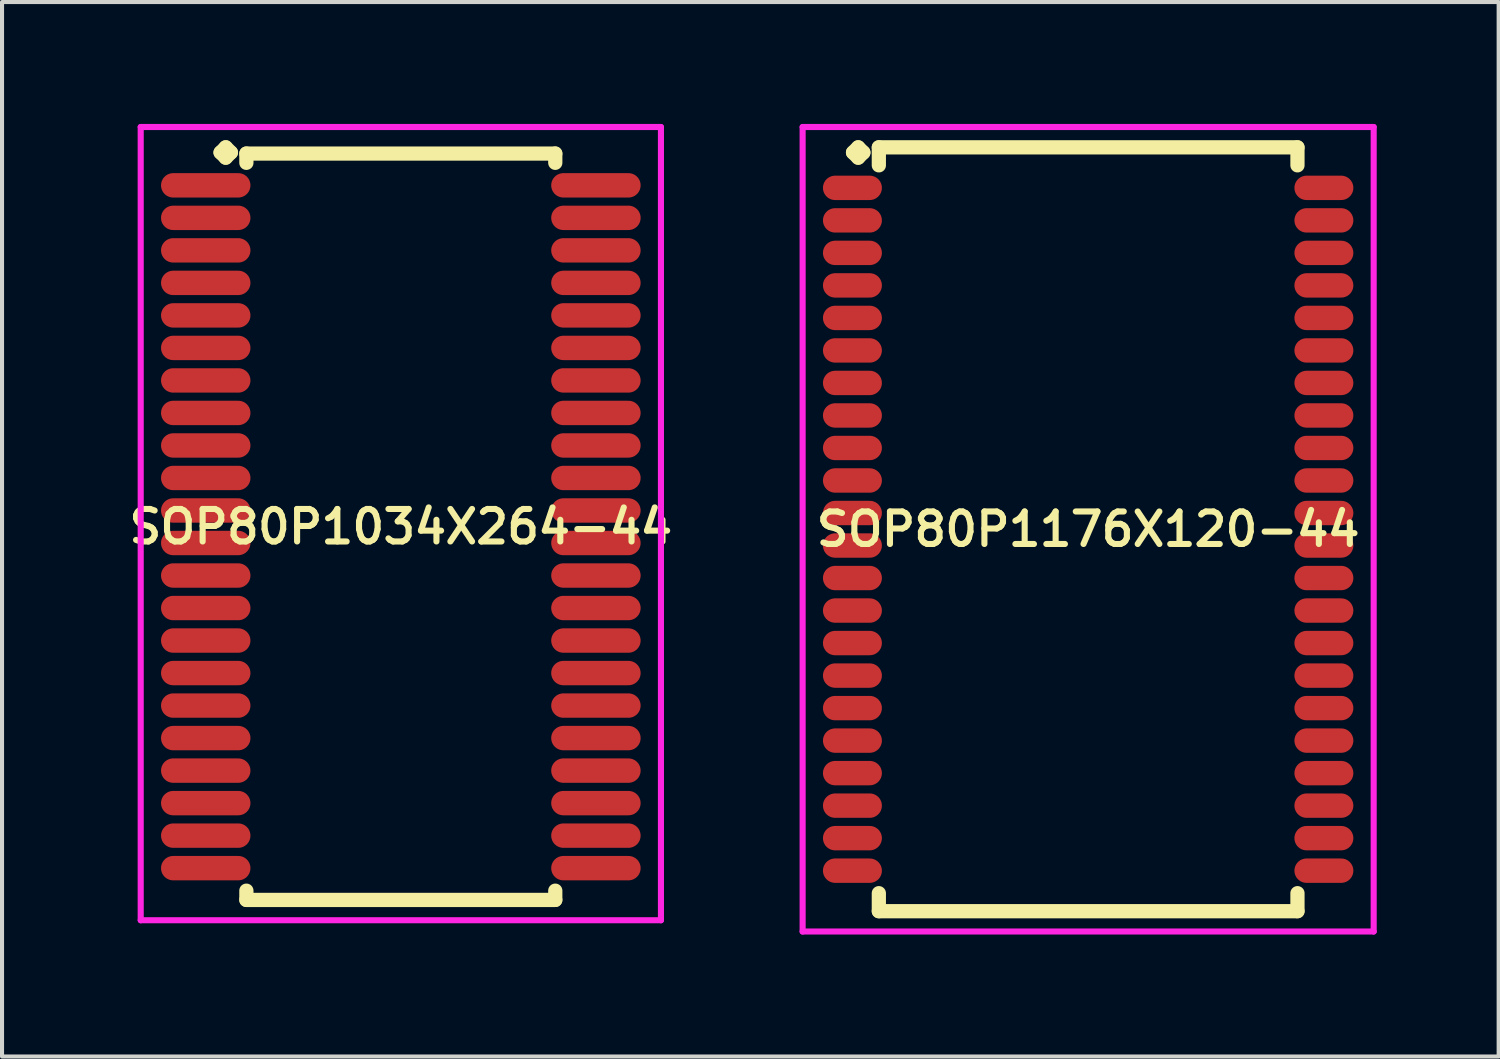
<source format=kicad_pcb>
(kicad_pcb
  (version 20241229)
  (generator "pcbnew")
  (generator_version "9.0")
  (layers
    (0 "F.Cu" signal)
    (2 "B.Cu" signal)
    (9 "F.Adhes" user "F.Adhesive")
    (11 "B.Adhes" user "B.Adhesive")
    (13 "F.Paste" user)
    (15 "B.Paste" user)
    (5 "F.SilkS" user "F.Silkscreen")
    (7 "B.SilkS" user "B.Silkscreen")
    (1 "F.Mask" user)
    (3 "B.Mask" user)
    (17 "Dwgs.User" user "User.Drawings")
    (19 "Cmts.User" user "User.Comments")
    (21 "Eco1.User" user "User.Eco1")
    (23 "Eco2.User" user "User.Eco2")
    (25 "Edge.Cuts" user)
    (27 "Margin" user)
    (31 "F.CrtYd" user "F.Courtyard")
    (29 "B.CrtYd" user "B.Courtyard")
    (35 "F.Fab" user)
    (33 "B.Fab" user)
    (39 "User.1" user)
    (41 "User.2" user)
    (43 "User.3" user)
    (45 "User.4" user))
  (footprint "SOP80P1176X120-44"
    (layer "F.Cu")
    (at 23.723 9.972)
    (property "Reference" "SOP80P1176X120-44" (at 0 0 0) (layer "F.SilkS") (effects (font (size 0.8 0.8) (thickness 0.15))))
    (attr smd)
    (fp_line (start -5.785 -9.27) (end -5.658 -9.397) (stroke (width 0.35) (type solid)) (layer "F.SilkS"))
    (fp_line (start -5.658 -9.397) (end -5.531 -9.27) (stroke (width 0.35) (type solid)) (layer "F.SilkS"))
    (fp_line (start -5.658 -9.143) (end -5.785 -9.27) (stroke (width 0.35) (type solid)) (layer "F.SilkS"))
    (fp_line (start -5.531 -9.27) (end -5.658 -9.143) (stroke (width 0.35) (type solid)) (layer "F.SilkS"))
    (fp_line (start -5.15 -9.397) (end 5.15 -9.397) (stroke (width 0.35) (type solid)) (layer "F.SilkS"))
    (fp_line (start -5.15 -8.954) (end -5.15 -9.397) (stroke (width 0.35) (type solid)) (layer "F.SilkS"))
    (fp_line (start -5.15 8.954) (end -5.15 9.397) (stroke (width 0.35) (type solid)) (layer "F.SilkS"))
    (fp_line (start -5.15 9.397) (end 5.15 9.397) (stroke (width 0.35) (type solid)) (layer "F.SilkS"))
    (fp_line (start 5.15 -9.397) (end 5.15 -8.954) (stroke (width 0.35) (type solid)) (layer "F.SilkS"))
    (fp_line (start 5.15 9.397) (end 5.15 8.954) (stroke (width 0.35) (type solid)) (layer "F.SilkS"))
    (fp_line (start -7.025 -9.897) (end 7.025 -9.897) (stroke (width 0.15) (type solid)) (layer "F.CrtYd"))
    (fp_line (start -7.025 9.897) (end -7.025 -9.897) (stroke (width 0.15) (type solid)) (layer "F.CrtYd"))
    (fp_line (start 7.025 -9.897) (end 7.025 9.897) (stroke (width 0.15) (type solid)) (layer "F.CrtYd"))
    (fp_line (start 7.025 9.897) (end -7.025 9.897) (stroke (width 0.15) (type solid)) (layer "F.CrtYd"))
    (pad "1" smd oval (at -5.8 -8.4) (size 1.45 0.6) (layers "F.Cu" "F.Mask" "F.Paste"))
    (pad "2" smd oval (at -5.8 -7.6) (size 1.45 0.6) (layers "F.Cu" "F.Mask" "F.Paste"))
    (pad "3" smd oval (at -5.8 -6.8) (size 1.45 0.6) (layers "F.Cu" "F.Mask" "F.Paste"))
    (pad "4" smd oval (at -5.8 -6) (size 1.45 0.6) (layers "F.Cu" "F.Mask" "F.Paste"))
    (pad "5" smd oval (at -5.8 -5.2) (size 1.45 0.6) (layers "F.Cu" "F.Mask" "F.Paste"))
    (pad "6" smd oval (at -5.8 -4.4) (size 1.45 0.6) (layers "F.Cu" "F.Mask" "F.Paste"))
    (pad "7" smd oval (at -5.8 -3.6) (size 1.45 0.6) (layers "F.Cu" "F.Mask" "F.Paste"))
    (pad "8" smd oval (at -5.8 -2.8) (size 1.45 0.6) (layers "F.Cu" "F.Mask" "F.Paste"))
    (pad "9" smd oval (at -5.8 -2) (size 1.45 0.6) (layers "F.Cu" "F.Mask" "F.Paste"))
    (pad "10" smd oval (at -5.8 -1.2) (size 1.45 0.6) (layers "F.Cu" "F.Mask" "F.Paste"))
    (pad "11" smd oval (at -5.8 -0.4) (size 1.45 0.6) (layers "F.Cu" "F.Mask" "F.Paste"))
    (pad "12" smd oval (at -5.8 0.4) (size 1.45 0.6) (layers "F.Cu" "F.Mask" "F.Paste"))
    (pad "13" smd oval (at -5.8 1.2) (size 1.45 0.6) (layers "F.Cu" "F.Mask" "F.Paste"))
    (pad "14" smd oval (at -5.8 2) (size 1.45 0.6) (layers "F.Cu" "F.Mask" "F.Paste"))
    (pad "15" smd oval (at -5.8 2.8) (size 1.45 0.6) (layers "F.Cu" "F.Mask" "F.Paste"))
    (pad "16" smd oval (at -5.8 3.6) (size 1.45 0.6) (layers "F.Cu" "F.Mask" "F.Paste"))
    (pad "17" smd oval (at -5.8 4.4) (size 1.45 0.6) (layers "F.Cu" "F.Mask" "F.Paste"))
    (pad "18" smd oval (at -5.8 5.2) (size 1.45 0.6) (layers "F.Cu" "F.Mask" "F.Paste"))
    (pad "19" smd oval (at -5.8 6) (size 1.45 0.6) (layers "F.Cu" "F.Mask" "F.Paste"))
    (pad "20" smd oval (at -5.8 6.8) (size 1.45 0.6) (layers "F.Cu" "F.Mask" "F.Paste"))
    (pad "21" smd oval (at -5.8 7.6) (size 1.45 0.6) (layers "F.Cu" "F.Mask" "F.Paste"))
    (pad "22" smd oval (at -5.8 8.4) (size 1.45 0.6) (layers "F.Cu" "F.Mask" "F.Paste"))
    (pad "23" smd oval (at 5.8 8.4) (size 1.45 0.6) (layers "F.Cu" "F.Mask" "F.Paste"))
    (pad "24" smd oval (at 5.8 7.6) (size 1.45 0.6) (layers "F.Cu" "F.Mask" "F.Paste"))
    (pad "25" smd oval (at 5.8 6.8) (size 1.45 0.6) (layers "F.Cu" "F.Mask" "F.Paste"))
    (pad "26" smd oval (at 5.8 6) (size 1.45 0.6) (layers "F.Cu" "F.Mask" "F.Paste"))
    (pad "27" smd oval (at 5.8 5.2) (size 1.45 0.6) (layers "F.Cu" "F.Mask" "F.Paste"))
    (pad "28" smd oval (at 5.8 4.4) (size 1.45 0.6) (layers "F.Cu" "F.Mask" "F.Paste"))
    (pad "29" smd oval (at 5.8 3.6) (size 1.45 0.6) (layers "F.Cu" "F.Mask" "F.Paste"))
    (pad "30" smd oval (at 5.8 2.8) (size 1.45 0.6) (layers "F.Cu" "F.Mask" "F.Paste"))
    (pad "31" smd oval (at 5.8 2) (size 1.45 0.6) (layers "F.Cu" "F.Mask" "F.Paste"))
    (pad "32" smd oval (at 5.8 1.2) (size 1.45 0.6) (layers "F.Cu" "F.Mask" "F.Paste"))
    (pad "33" smd oval (at 5.8 0.4) (size 1.45 0.6) (layers "F.Cu" "F.Mask" "F.Paste"))
    (pad "34" smd oval (at 5.8 -0.4) (size 1.45 0.6) (layers "F.Cu" "F.Mask" "F.Paste"))
    (pad "35" smd oval (at 5.8 -1.2) (size 1.45 0.6) (layers "F.Cu" "F.Mask" "F.Paste"))
    (pad "36" smd oval (at 5.8 -2) (size 1.45 0.6) (layers "F.Cu" "F.Mask" "F.Paste"))
    (pad "37" smd oval (at 5.8 -2.8) (size 1.45 0.6) (layers "F.Cu" "F.Mask" "F.Paste"))
    (pad "38" smd oval (at 5.8 -3.6) (size 1.45 0.6) (layers "F.Cu" "F.Mask" "F.Paste"))
    (pad "39" smd oval (at 5.8 -4.4) (size 1.45 0.6) (layers "F.Cu" "F.Mask" "F.Paste"))
    (pad "40" smd oval (at 5.8 -5.2) (size 1.45 0.6) (layers "F.Cu" "F.Mask" "F.Paste"))
    (pad "41" smd oval (at 5.8 -6) (size 1.45 0.6) (layers "F.Cu" "F.Mask" "F.Paste"))
    (pad "42" smd oval (at 5.8 -6.8) (size 1.45 0.6) (layers "F.Cu" "F.Mask" "F.Paste"))
    (pad "43" smd oval (at 5.8 -7.6) (size 1.45 0.6) (layers "F.Cu" "F.Mask" "F.Paste"))
    (pad "44" smd oval (at 5.8 -8.4) (size 1.45 0.6) (layers "F.Cu" "F.Mask" "F.Paste")))
  (footprint "SOP80P1034X264-44"
    (layer "F.Cu")
    (at 6.812 9.91)
    (property "Reference" "SOP80P1034X264-44" (at 0 0 0) (layer "F.SilkS") (effects (font (size 0.8 0.8) (thickness 0.15))))
    (attr smd)
    (fp_line (start -4.435 -9.208) (end -4.308 -9.335) (stroke (width 0.35) (type solid)) (layer "F.SilkS"))
    (fp_line (start -4.308 -9.335) (end -4.181 -9.208) (stroke (width 0.35) (type solid)) (layer "F.SilkS"))
    (fp_line (start -4.308 -9.081) (end -4.435 -9.208) (stroke (width 0.35) (type solid)) (layer "F.SilkS"))
    (fp_line (start -4.181 -9.208) (end -4.308 -9.081) (stroke (width 0.35) (type solid)) (layer "F.SilkS"))
    (fp_line (start -3.8 -9.182) (end 3.8 -9.182) (stroke (width 0.35) (type solid)) (layer "F.SilkS"))
    (fp_line (start -3.8 -8.954) (end -3.8 -9.182) (stroke (width 0.35) (type solid)) (layer "F.SilkS"))
    (fp_line (start -3.8 8.954) (end -3.8 9.182) (stroke (width 0.35) (type solid)) (layer "F.SilkS"))
    (fp_line (start -3.8 9.182) (end 3.8 9.182) (stroke (width 0.35) (type solid)) (layer "F.SilkS"))
    (fp_line (start 3.8 -9.182) (end 3.8 -8.954) (stroke (width 0.35) (type solid)) (layer "F.SilkS"))
    (fp_line (start 3.8 9.182) (end 3.8 8.954) (stroke (width 0.35) (type solid)) (layer "F.SilkS"))
    (fp_line (start -6.4 -9.835) (end 6.4 -9.835) (stroke (width 0.15) (type solid)) (layer "F.CrtYd"))
    (fp_line (start -6.4 9.682) (end -6.4 -9.835) (stroke (width 0.15) (type solid)) (layer "F.CrtYd"))
    (fp_line (start 6.4 -9.835) (end 6.4 9.682) (stroke (width 0.15) (type solid)) (layer "F.CrtYd"))
    (fp_line (start 6.4 9.682) (end -6.4 9.682) (stroke (width 0.15) (type solid)) (layer "F.CrtYd"))
    (pad "1" smd oval (at -4.8 -8.4) (size 2.2 0.6) (layers "F.Cu" "F.Mask" "F.Paste"))
    (pad "2" smd oval (at -4.8 -7.6) (size 2.2 0.6) (layers "F.Cu" "F.Mask" "F.Paste"))
    (pad "3" smd oval (at -4.8 -6.8) (size 2.2 0.6) (layers "F.Cu" "F.Mask" "F.Paste"))
    (pad "4" smd oval (at -4.8 -6) (size 2.2 0.6) (layers "F.Cu" "F.Mask" "F.Paste"))
    (pad "5" smd oval (at -4.8 -5.2) (size 2.2 0.6) (layers "F.Cu" "F.Mask" "F.Paste"))
    (pad "6" smd oval (at -4.8 -4.4) (size 2.2 0.6) (layers "F.Cu" "F.Mask" "F.Paste"))
    (pad "7" smd oval (at -4.8 -3.6) (size 2.2 0.6) (layers "F.Cu" "F.Mask" "F.Paste"))
    (pad "8" smd oval (at -4.8 -2.8) (size 2.2 0.6) (layers "F.Cu" "F.Mask" "F.Paste"))
    (pad "9" smd oval (at -4.8 -2) (size 2.2 0.6) (layers "F.Cu" "F.Mask" "F.Paste"))
    (pad "10" smd oval (at -4.8 -1.2) (size 2.2 0.6) (layers "F.Cu" "F.Mask" "F.Paste"))
    (pad "11" smd oval (at -4.8 -0.4) (size 2.2 0.6) (layers "F.Cu" "F.Mask" "F.Paste"))
    (pad "12" smd oval (at -4.8 0.4) (size 2.2 0.6) (layers "F.Cu" "F.Mask" "F.Paste"))
    (pad "13" smd oval (at -4.8 1.2) (size 2.2 0.6) (layers "F.Cu" "F.Mask" "F.Paste"))
    (pad "14" smd oval (at -4.8 2) (size 2.2 0.6) (layers "F.Cu" "F.Mask" "F.Paste"))
    (pad "15" smd oval (at -4.8 2.8) (size 2.2 0.6) (layers "F.Cu" "F.Mask" "F.Paste"))
    (pad "16" smd oval (at -4.8 3.6) (size 2.2 0.6) (layers "F.Cu" "F.Mask" "F.Paste"))
    (pad "17" smd oval (at -4.8 4.4) (size 2.2 0.6) (layers "F.Cu" "F.Mask" "F.Paste"))
    (pad "18" smd oval (at -4.8 5.2) (size 2.2 0.6) (layers "F.Cu" "F.Mask" "F.Paste"))
    (pad "19" smd oval (at -4.8 6) (size 2.2 0.6) (layers "F.Cu" "F.Mask" "F.Paste"))
    (pad "20" smd oval (at -4.8 6.8) (size 2.2 0.6) (layers "F.Cu" "F.Mask" "F.Paste"))
    (pad "21" smd oval (at -4.8 7.6) (size 2.2 0.6) (layers "F.Cu" "F.Mask" "F.Paste"))
    (pad "22" smd oval (at -4.8 8.4) (size 2.2 0.6) (layers "F.Cu" "F.Mask" "F.Paste"))
    (pad "23" smd oval (at 4.8 8.4) (size 2.2 0.6) (layers "F.Cu" "F.Mask" "F.Paste"))
    (pad "24" smd oval (at 4.8 7.6) (size 2.2 0.6) (layers "F.Cu" "F.Mask" "F.Paste"))
    (pad "25" smd oval (at 4.8 6.8) (size 2.2 0.6) (layers "F.Cu" "F.Mask" "F.Paste"))
    (pad "26" smd oval (at 4.8 6) (size 2.2 0.6) (layers "F.Cu" "F.Mask" "F.Paste"))
    (pad "27" smd oval (at 4.8 5.2) (size 2.2 0.6) (layers "F.Cu" "F.Mask" "F.Paste"))
    (pad "28" smd oval (at 4.8 4.4) (size 2.2 0.6) (layers "F.Cu" "F.Mask" "F.Paste"))
    (pad "29" smd oval (at 4.8 3.6) (size 2.2 0.6) (layers "F.Cu" "F.Mask" "F.Paste"))
    (pad "30" smd oval (at 4.8 2.8) (size 2.2 0.6) (layers "F.Cu" "F.Mask" "F.Paste"))
    (pad "31" smd oval (at 4.8 2) (size 2.2 0.6) (layers "F.Cu" "F.Mask" "F.Paste"))
    (pad "32" smd oval (at 4.8 1.2) (size 2.2 0.6) (layers "F.Cu" "F.Mask" "F.Paste"))
    (pad "33" smd oval (at 4.8 0.4) (size 2.2 0.6) (layers "F.Cu" "F.Mask" "F.Paste"))
    (pad "34" smd oval (at 4.8 -0.4) (size 2.2 0.6) (layers "F.Cu" "F.Mask" "F.Paste"))
    (pad "35" smd oval (at 4.8 -1.2) (size 2.2 0.6) (layers "F.Cu" "F.Mask" "F.Paste"))
    (pad "36" smd oval (at 4.8 -2) (size 2.2 0.6) (layers "F.Cu" "F.Mask" "F.Paste"))
    (pad "37" smd oval (at 4.8 -2.8) (size 2.2 0.6) (layers "F.Cu" "F.Mask" "F.Paste"))
    (pad "38" smd oval (at 4.8 -3.6) (size 2.2 0.6) (layers "F.Cu" "F.Mask" "F.Paste"))
    (pad "39" smd oval (at 4.8 -4.4) (size 2.2 0.6) (layers "F.Cu" "F.Mask" "F.Paste"))
    (pad "40" smd oval (at 4.8 -5.2) (size 2.2 0.6) (layers "F.Cu" "F.Mask" "F.Paste"))
    (pad "41" smd oval (at 4.8 -6) (size 2.2 0.6) (layers "F.Cu" "F.Mask" "F.Paste"))
    (pad "42" smd oval (at 4.8 -6.8) (size 2.2 0.6) (layers "F.Cu" "F.Mask" "F.Paste"))
    (pad "43" smd oval (at 4.8 -7.6) (size 2.2 0.6) (layers "F.Cu" "F.Mask" "F.Paste"))
    (pad "44" smd oval (at 4.8 -8.4) (size 2.2 0.6) (layers "F.Cu" "F.Mask" "F.Paste")))
  (gr_rect
    (start -3 -3)
    (end 33.823 22.944)
    (stroke (width 0.1) (type default))
    (fill no)
    (layer "Edge.Cuts")))
</source>
